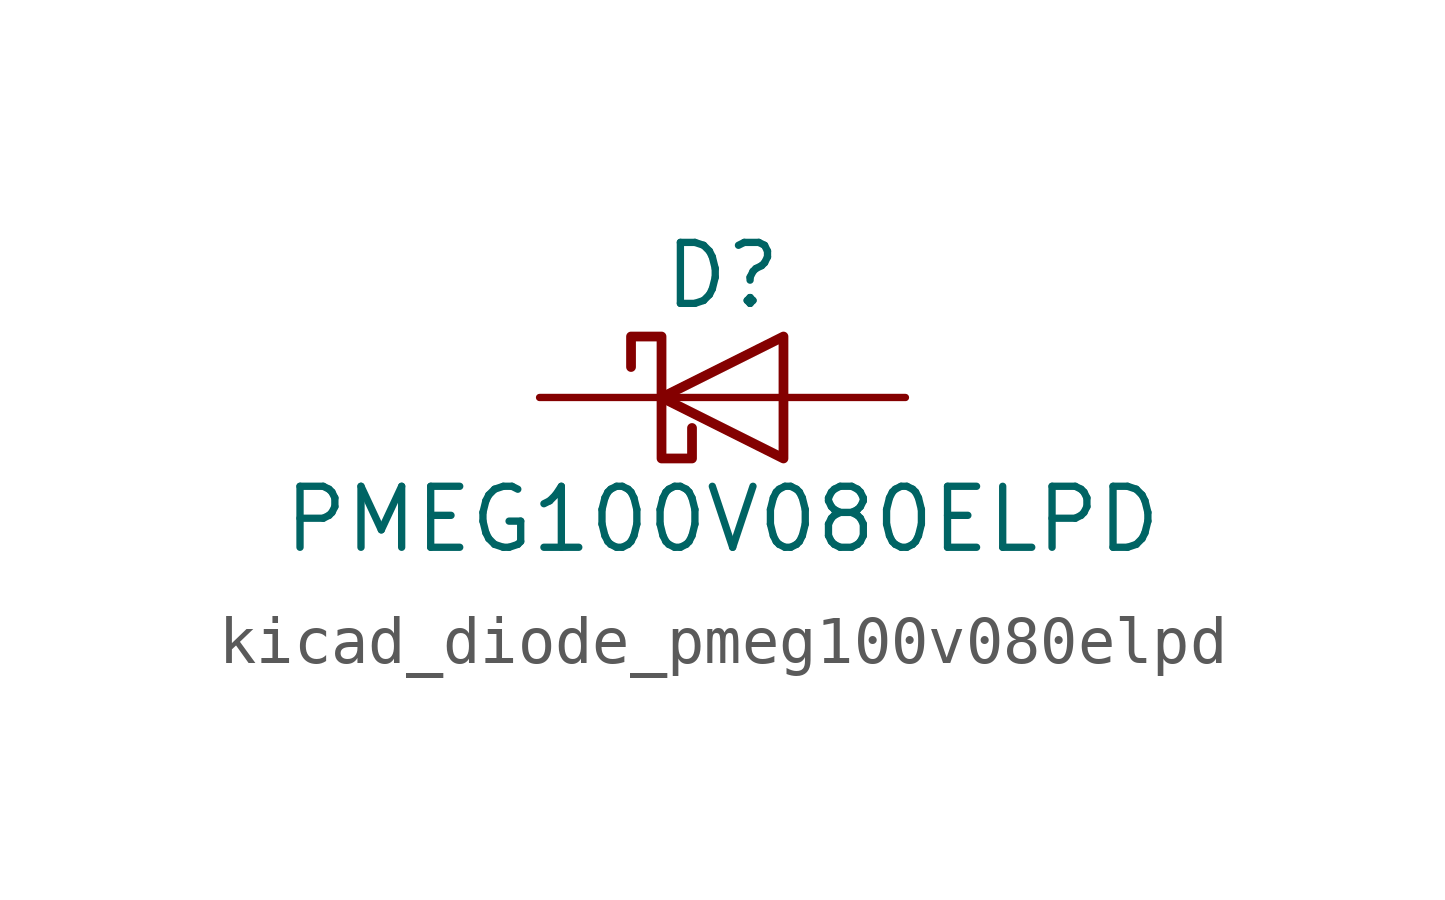
<source format=kicad_sym>
(kicad_symbol_lib
  (version 20220914)
  (generator kicad_symbol_editor)
  (symbol "kicad_diode_pmeg100v080elpd"
    (pin_numbers hide)
    (pin_names hide)
    (property "Reference" "D"
      (at 0 2.54 0)
      (effects (font (size 1.27 1.27))))
    (property "Value" "PMEG100V080ELPD"
      (at 0 -2.54 0)
      (effects (font (size 1.27 1.27))))
    (symbol "kicad_diode_pmeg100v080elpd_0_1"
      (polyline (pts (xy 1.27 0) (xy -1.27 0)) (stroke (width 0) (type default)) (fill (type none)))
      (polyline (pts (xy 1.27 1.27) (xy 1.27 -1.27) (xy -1.27 0) (xy 1.27 1.27)) (stroke (width 0.203) (type default)) (fill (type none)))
      (polyline (pts (xy -1.905 0.635) (xy -1.905 1.27) (xy -1.27 1.27) (xy -1.27 -1.27) (xy -0.635 -1.27) (xy -0.635 -0.635)) (stroke (width 0.203) (type default)) (fill (type none))))
    (symbol "kicad_diode_pmeg100v080elpd_1_1"
      (pin passive line (at 3.81 0 180) (length 2.54) (name "A" (effects (font (size 1.27 1.27)))) (number "1" (effects (font (size 1.27 1.27)))))
      (pin passive line (at 3.81 0 180) (length 2.54) hide (name "A" (effects (font (size 1.27 1.27)))) (number "2" (effects (font (size 1.27 1.27)))))
      (pin passive line (at -3.81 0 0) (length 2.54) (name "K" (effects (font (size 1.27 1.27)))) (number "3" (effects (font (size 1.27 1.27))))))))
</source>
